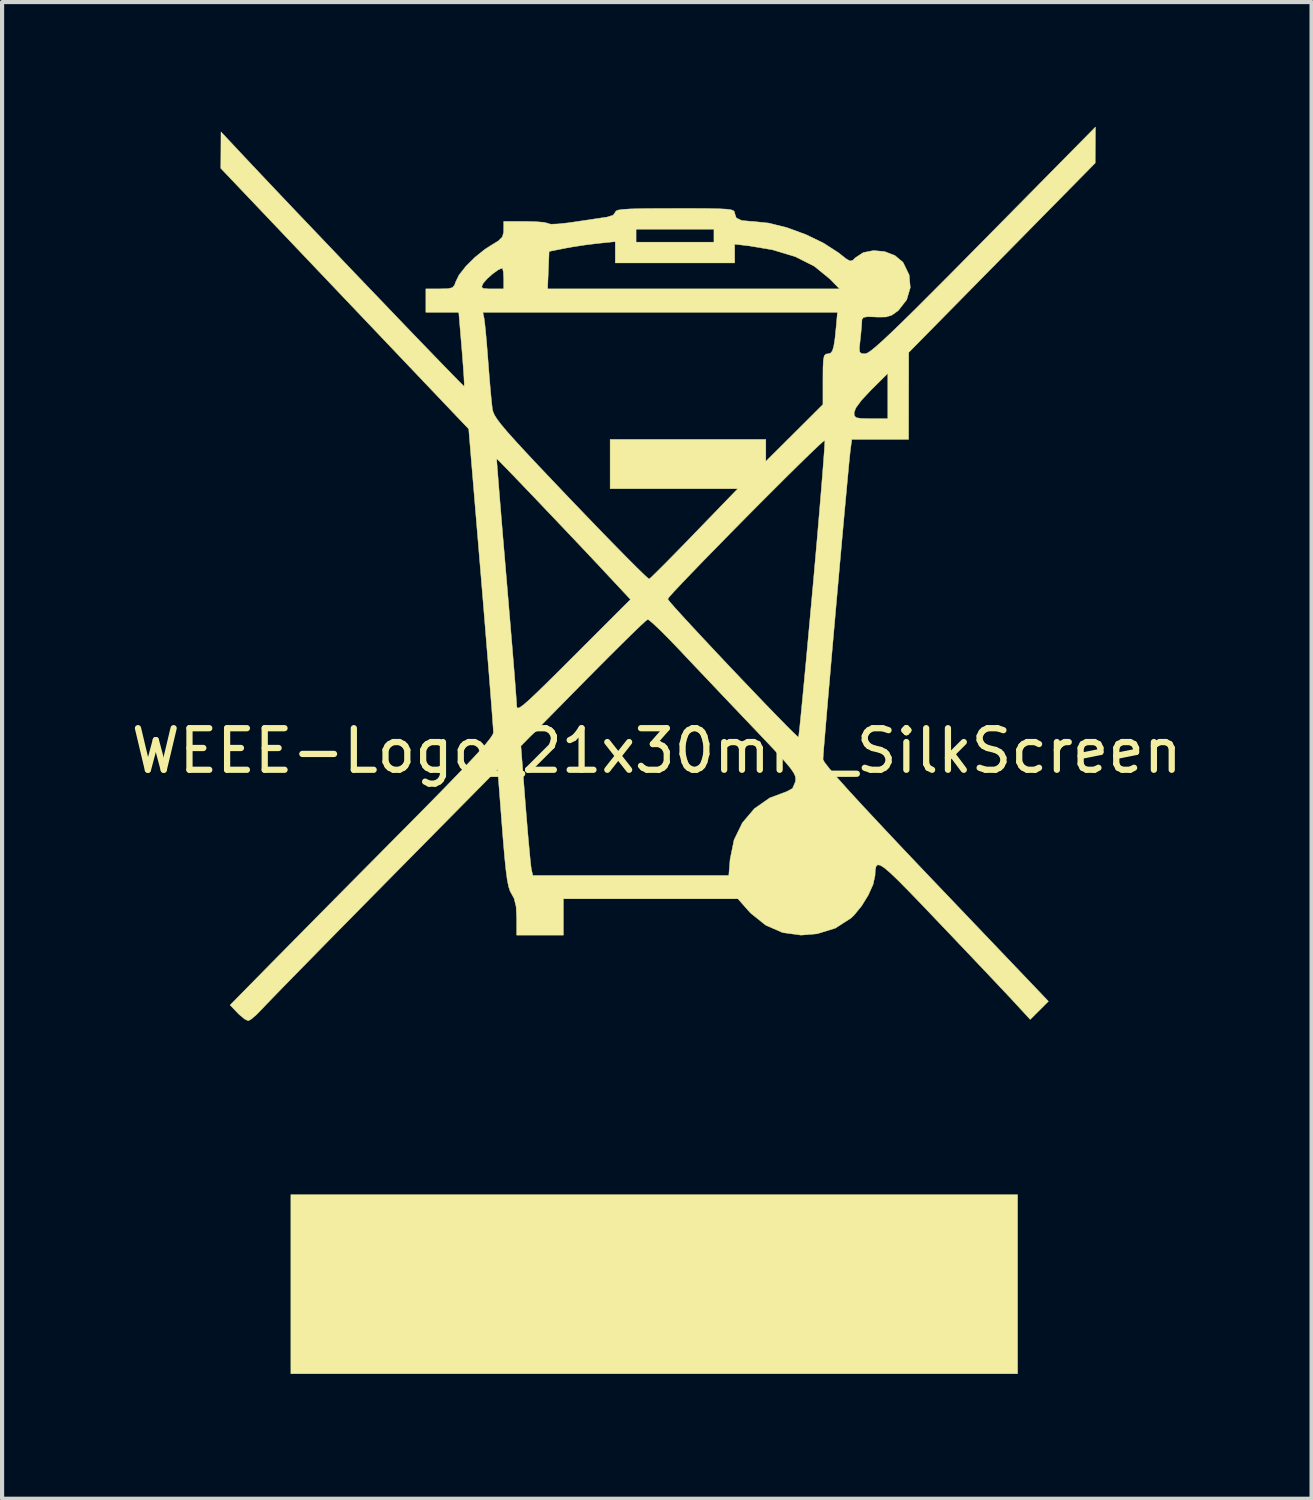
<source format=kicad_pcb>
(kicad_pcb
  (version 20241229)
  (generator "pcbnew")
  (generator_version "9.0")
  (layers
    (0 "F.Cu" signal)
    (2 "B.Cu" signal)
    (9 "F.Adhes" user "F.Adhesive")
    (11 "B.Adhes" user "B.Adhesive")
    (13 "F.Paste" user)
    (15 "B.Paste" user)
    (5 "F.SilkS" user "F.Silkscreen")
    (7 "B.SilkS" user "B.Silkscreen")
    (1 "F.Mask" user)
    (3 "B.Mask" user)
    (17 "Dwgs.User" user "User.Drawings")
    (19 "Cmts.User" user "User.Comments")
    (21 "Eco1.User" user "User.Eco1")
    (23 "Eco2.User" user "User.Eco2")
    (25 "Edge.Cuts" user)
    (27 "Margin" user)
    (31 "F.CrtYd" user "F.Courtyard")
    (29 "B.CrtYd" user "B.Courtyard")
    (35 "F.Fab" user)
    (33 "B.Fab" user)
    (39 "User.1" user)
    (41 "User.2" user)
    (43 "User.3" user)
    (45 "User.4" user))
  (footprint "WEEE-Logo_21x30mm_SilkScreen"
    (layer "F.Cu")
    (at 12.744 15.005)
    (property "Reference" "WEEE-Logo_21x30mm_SilkScreen" (at 0 0 0) (layer "F.SilkS") (effects (font (size 1 1) (thickness 0.15))))
    (attr exclude_from_pos_files exclude_from_bom allow_missing_courtyard)
    (fp_poly (pts (xy 8.675 14.978) (xy -8.8 14.978) (xy -8.8 10.672) (xy 8.675 10.672) (xy 8.675 14.978)) (stroke (width 0.01) (type solid)) (fill yes) (layer "F.SilkS"))
    (fp_poly (pts (xy 10.544 -14.568) (xy 10.541 -14.135) (xy 6.057 -9.58) (xy 6.055 -8.534) (xy 6.054 -7.489) (xy 4.688 -7.489) (xy 4.653 -7.224) (xy 4.64 -7.103) (xy 4.617 -6.875) (xy 4.587 -6.554) (xy 4.55 -6.154) (xy 4.507 -5.687) (xy 4.46 -5.168) (xy 4.41 -4.611) (xy 4.358 -4.028) (xy 4.305 -3.433) (xy 4.253 -2.84) (xy 4.202 -2.262) (xy 4.155 -1.714) (xy 4.111 -1.208) (xy 4.073 -0.759) (xy 4.041 -0.379) (xy 4.016 -0.082) (xy 4.001 0.117) (xy 3.996 0.206) (xy 3.996 0.207) (xy 4.034 0.278) (xy 4.149 0.426) (xy 4.342 0.651) (xy 4.615 0.956) (xy 4.969 1.341) (xy 5.407 1.81) (xy 5.928 2.364) (xy 6.536 3.004) (xy 6.707 3.183) (xy 9.416 6.022) (xy 9.197 6.241) (xy 8.978 6.459) (xy 8.623 6.074) (xy 8.494 5.934) (xy 8.291 5.719) (xy 8.029 5.441) (xy 7.721 5.116) (xy 7.38 4.757) (xy 7.02 4.378) (xy 6.804 4.152) (xy 6.4 3.728) (xy 6.072 3.388) (xy 5.815 3.127) (xy 5.618 2.938) (xy 5.473 2.814) (xy 5.373 2.75) (xy 5.309 2.74) (xy 5.272 2.777) (xy 5.254 2.855) (xy 5.248 2.968) (xy 5.247 2.999) (xy 5.2 3.211) (xy 5.085 3.468) (xy 4.924 3.729) (xy 4.741 3.953) (xy 4.668 4.022) (xy 4.292 4.264) (xy 3.853 4.399) (xy 3.465 4.431) (xy 3.025 4.37) (xy 2.619 4.193) (xy 2.259 3.905) (xy 2.193 3.833) (xy 1.95 3.557) (xy -2.247 3.557) (xy -2.247 4.431) (xy -3.37 4.431) (xy -3.37 4.023) (xy -3.384 3.744) (xy -3.431 3.551) (xy -3.489 3.446) (xy -3.53 3.37) (xy -3.565 3.261) (xy -3.597 3.102) (xy -3.627 2.876) (xy -3.659 2.569) (xy -3.694 2.162) (xy -3.718 1.86) (xy -3.827 0.443) (xy -6.519 3.17) (xy -7.006 3.664) (xy -7.473 4.138) (xy -7.913 4.585) (xy -8.315 4.995) (xy -8.673 5.36) (xy -8.977 5.671) (xy -9.219 5.92) (xy -9.39 6.097) (xy -9.481 6.194) (xy -9.632 6.348) (xy -9.758 6.455) (xy -9.826 6.49) (xy -9.912 6.449) (xy -10.038 6.344) (xy -10.08 6.302) (xy -10.261 6.113) (xy -9.265 5.1) (xy -9.011 4.843) (xy -8.683 4.511) (xy -8.296 4.119) (xy -7.865 3.683) (xy -7.403 3.216) (xy -6.924 2.733) (xy -6.445 2.249) (xy -6.1 1.902) (xy -5.577 1.373) (xy -5.137 0.925) (xy -4.776 0.552) (xy -4.487 0.248) (xy -4.264 0.007) (xy -4.154 -0.118) (xy -3.269 -0.118) (xy -3.159 1.298) (xy -3.125 1.713) (xy -3.093 2.093) (xy -3.063 2.417) (xy -3.039 2.667) (xy -3.021 2.821) (xy -3.015 2.855) (xy -2.982 2.996) (xy 1.73 2.996) (xy 1.762 2.604) (xy 1.857 2.141) (xy 2.056 1.731) (xy 2.345 1.39) (xy 2.714 1.132) (xy 3.128 0.977) (xy 3.262 0.904) (xy 3.329 0.749) (xy 3.331 0.742) (xy 3.339 0.676) (xy 3.329 0.608) (xy 3.291 0.527) (xy 3.216 0.419) (xy 3.094 0.272) (xy 2.914 0.073) (xy 2.668 -0.19) (xy 2.346 -0.529) (xy 2.325 -0.551) (xy 1.978 -0.915) (xy 1.609 -1.303) (xy 1.244 -1.688) (xy 0.907 -2.043) (xy 0.625 -2.342) (xy 0.562 -2.409) (xy 0.32 -2.661) (xy 0.106 -2.877) (xy -0.066 -3.041) (xy -0.181 -3.14) (xy -0.219 -3.161) (xy -0.277 -3.116) (xy -0.411 -2.992) (xy -0.611 -2.799) (xy -0.866 -2.548) (xy -1.167 -2.249) (xy -1.502 -1.912) (xy -1.776 -1.635) (xy -3.269 -0.118) (xy -4.154 -0.118) (xy -4.103 -0.177) (xy -3.998 -0.31) (xy -3.942 -0.398) (xy -3.93 -0.439) (xy -3.934 -0.528) (xy -3.949 -0.73) (xy -3.971 -1.033) (xy -4.002 -1.426) (xy -4.039 -1.896) (xy -4.083 -2.433) (xy -4.131 -3.024) (xy -4.183 -3.659) (xy -4.225 -4.166) (xy -4.464 -7.024) (xy -3.85 -7.024) (xy -3.848 -6.963) (xy -3.835 -6.789) (xy -3.814 -6.516) (xy -3.785 -6.155) (xy -3.749 -5.718) (xy -3.708 -5.219) (xy -3.661 -4.67) (xy -3.617 -4.148) (xy -3.567 -3.556) (xy -3.52 -2.997) (xy -3.477 -2.485) (xy -3.44 -2.033) (xy -3.41 -1.653) (xy -3.388 -1.36) (xy -3.374 -1.168) (xy -3.371 -1.093) (xy -3.365 -1.046) (xy -3.341 -1.028) (xy -3.292 -1.045) (xy -3.207 -1.106) (xy -3.078 -1.218) (xy -2.896 -1.389) (xy -2.652 -1.627) (xy -2.336 -1.939) (xy -2.002 -2.273) (xy -0.633 -3.641) (xy -0.643 -3.651) (xy 0.262 -3.651) (xy 0.303 -3.594) (xy 0.418 -3.461) (xy 0.596 -3.264) (xy 0.825 -3.015) (xy 1.094 -2.726) (xy 1.39 -2.409) (xy 1.703 -2.077) (xy 2.021 -1.742) (xy 2.332 -1.416) (xy 2.624 -1.111) (xy 2.887 -0.84) (xy 3.108 -0.614) (xy 3.276 -0.446) (xy 3.379 -0.348) (xy 3.407 -0.328) (xy 3.416 -0.393) (xy 3.436 -0.57) (xy 3.464 -0.85) (xy 3.5 -1.22) (xy 3.543 -1.671) (xy 3.592 -2.19) (xy 3.645 -2.767) (xy 3.702 -3.39) (xy 3.748 -3.893) (xy 3.806 -4.545) (xy 3.86 -5.159) (xy 3.908 -5.724) (xy 3.95 -6.229) (xy 3.985 -6.663) (xy 4.012 -7.015) (xy 4.031 -7.273) (xy 4.039 -7.426) (xy 4.038 -7.466) (xy 3.989 -7.431) (xy 3.864 -7.316) (xy 3.674 -7.135) (xy 3.43 -6.897) (xy 3.142 -6.613) (xy 2.823 -6.295) (xy 2.482 -5.954) (xy 2.131 -5.6) (xy 1.781 -5.245) (xy 1.442 -4.899) (xy 1.125 -4.575) (xy 0.842 -4.282) (xy 0.603 -4.032) (xy 0.419 -3.837) (xy 0.302 -3.706) (xy 0.262 -3.651) (xy -0.643 -3.651) (xy -1.144 -4.187) (xy -1.403 -4.465) (xy -1.695 -4.775) (xy -2.007 -5.105) (xy -2.328 -5.443) (xy -2.646 -5.777) (xy -2.949 -6.096) (xy -3.227 -6.386) (xy -3.467 -6.636) (xy -3.658 -6.833) (xy -3.789 -6.967) (xy -3.848 -7.023) (xy -3.85 -7.024) (xy -4.464 -7.024) (xy -4.523 -7.739) (xy -7.504 -10.873) (xy -10.485 -14.008) (xy -10.482 -14.446) (xy -10.48 -14.884) (xy -9.999 -14.37) (xy -9.729 -14.083) (xy -9.411 -13.746) (xy -9.053 -13.368) (xy -8.663 -12.957) (xy -8.25 -12.524) (xy -7.823 -12.076) (xy -7.391 -11.622) (xy -6.961 -11.173) (xy -6.542 -10.736) (xy -6.144 -10.32) (xy -5.774 -9.935) (xy -5.441 -9.59) (xy -5.154 -9.293) (xy -4.922 -9.054) (xy -4.752 -8.881) (xy -4.654 -8.783) (xy -4.633 -8.764) (xy -4.631 -8.829) (xy -4.639 -8.996) (xy -4.656 -9.242) (xy -4.679 -9.544) (xy -4.689 -9.665) (xy -4.763 -10.547) (xy -4.184 -10.547) (xy -4.154 -10.407) (xy -4.139 -10.295) (xy -4.117 -10.087) (xy -4.092 -9.806) (xy -4.066 -9.481) (xy -4.057 -9.361) (xy -4.03 -9.016) (xy -4.003 -8.695) (xy -3.978 -8.43) (xy -3.958 -8.249) (xy -3.954 -8.216) (xy -3.937 -8.149) (xy -3.902 -8.071) (xy -3.839 -7.972) (xy -3.741 -7.843) (xy -3.602 -7.677) (xy -3.412 -7.465) (xy -3.165 -7.196) (xy -2.853 -6.863) (xy -2.468 -6.457) (xy -2.076 -6.045) (xy -1.685 -5.638) (xy -1.321 -5.26) (xy -0.991 -4.922) (xy -0.706 -4.632) (xy -0.474 -4.4) (xy -0.304 -4.235) (xy -0.205 -4.145) (xy -0.184 -4.132) (xy -0.129 -4.18) (xy 0.000145 -4.306) (xy 0.191 -4.496) (xy 0.43 -4.739) (xy 0.706 -5.021) (xy 0.905 -5.227) (xy 1.946 -6.303) (xy -1.123 -6.303) (xy -1.123 -7.489) (xy 2.621 -7.489) (xy 2.621 -6.961) (xy 3.308 -7.645) (xy 3.795 -8.13) (xy 4.743 -8.13) (xy 4.752 -8.054) (xy 4.798 -8.011) (xy 4.909 -7.993) (xy 5.113 -7.988) (xy 5.149 -7.988) (xy 5.554 -7.988) (xy 5.554 -9.077) (xy 5.149 -8.675) (xy 4.92 -8.43) (xy 4.783 -8.243) (xy 4.743 -8.13) (xy 3.795 -8.13) (xy 3.994 -8.329) (xy 3.994 -8.939) (xy 3.996 -9.219) (xy 4.005 -9.398) (xy 4.025 -9.497) (xy 4.061 -9.539) (xy 4.115 -9.548) (xy 4.175 -9.562) (xy 4.22 -9.614) (xy 4.254 -9.726) (xy 4.284 -9.917) (xy 4.313 -10.207) (xy 4.323 -10.313) (xy 4.343 -10.547) (xy -4.184 -10.547) (xy -4.763 -10.547) (xy -5.554 -10.547) (xy -5.554 -11.109) (xy -5.218 -11.109) (xy -5.021 -11.114) (xy -4.914 -11.14) (xy -4.901 -11.155) (xy -4.212 -11.155) (xy -4.176 -11.12) (xy -4.05 -11.109) (xy -3.965 -11.109) (xy -3.682 -11.109) (xy -2.627 -11.109) (xy 4.394 -11.109) (xy 4.156 -11.352) (xy 3.788 -11.652) (xy 3.331 -11.883) (xy 2.779 -12.049) (xy 2.231 -12.141) (xy 1.872 -12.184) (xy 1.872 -11.733) (xy -0.999 -11.733) (xy -0.999 -12.245) (xy -1.42 -12.202) (xy -1.714 -12.166) (xy -2.028 -12.118) (xy -2.215 -12.084) (xy -2.59 -12.009) (xy -2.608 -11.559) (xy -2.627 -11.109) (xy -3.682 -11.109) (xy -3.682 -11.358) (xy -3.69 -11.515) (xy -3.711 -11.602) (xy -3.719 -11.608) (xy -3.812 -11.568) (xy -3.947 -11.471) (xy -4.082 -11.351) (xy -4.175 -11.243) (xy -4.184 -11.229) (xy -4.212 -11.155) (xy -4.901 -11.155) (xy -4.862 -11.201) (xy -4.841 -11.268) (xy -4.756 -11.442) (xy -4.592 -11.651) (xy -4.377 -11.865) (xy -4.14 -12.056) (xy -3.985 -12.156) (xy -3.807 -12.265) (xy -3.716 -12.356) (xy -3.685 -12.464) (xy -3.682 -12.528) (xy -3.682 -12.544) (xy -0.499 -12.544) (xy -0.499 -12.232) (xy 1.373 -12.232) (xy 1.373 -12.544) (xy -0.499 -12.544) (xy -3.682 -12.544) (xy -3.682 -12.731) (xy -3.157 -12.731) (xy -2.915 -12.725) (xy -2.727 -12.71) (xy -2.622 -12.687) (xy -2.611 -12.678) (xy -2.544 -12.664) (xy -2.383 -12.67) (xy -2.154 -12.694) (xy -1.997 -12.716) (xy -1.713 -12.758) (xy -1.454 -12.797) (xy -1.259 -12.826) (xy -1.201 -12.834) (xy -1.052 -12.88) (xy -0.999 -12.952) (xy -0.982 -12.982) (xy -0.924 -13.005) (xy -0.81 -13.021) (xy -0.627 -13.032) (xy -0.359 -13.039) (xy 0.007 -13.042) (xy 0.437 -13.043) (xy 0.896 -13.043) (xy 1.245 -13.041) (xy 1.5 -13.035) (xy 1.674 -13.026) (xy 1.784 -13.011) (xy 1.843 -12.989) (xy 1.868 -12.96) (xy 1.872 -12.925) (xy 1.91 -12.816) (xy 2.035 -12.754) (xy 2.263 -12.732) (xy 2.304 -12.731) (xy 2.69 -12.691) (xy 3.128 -12.582) (xy 3.579 -12.417) (xy 4.003 -12.213) (xy 4.361 -11.982) (xy 4.408 -11.946) (xy 4.559 -11.827) (xy 4.648 -11.78) (xy 4.711 -11.795) (xy 4.775 -11.858) (xy 4.965 -11.983) (xy 5.211 -12.03) (xy 5.477 -12.006) (xy 5.723 -11.912) (xy 5.912 -11.755) (xy 5.926 -11.736) (xy 6.068 -11.442) (xy 6.094 -11.138) (xy 6.008 -10.847) (xy 5.813 -10.596) (xy 5.789 -10.575) (xy 5.65 -10.476) (xy 5.51 -10.433) (xy 5.312 -10.43) (xy 5.262 -10.433) (xy 5.069 -10.44) (xy 4.969 -10.423) (xy 4.933 -10.374) (xy 4.93 -10.329) (xy 4.922 -10.196) (xy 4.903 -9.996) (xy 4.89 -9.876) (xy 4.87 -9.686) (xy 4.878 -9.589) (xy 4.926 -9.553) (xy 5.01 -9.548) (xy 5.059 -9.564) (xy 5.14 -9.616) (xy 5.257 -9.71) (xy 5.416 -9.851) (xy 5.624 -10.045) (xy 5.886 -10.298) (xy 6.209 -10.615) (xy 6.597 -11.003) (xy 7.059 -11.466) (xy 7.598 -12.011) (xy 7.858 -12.274) (xy 10.547 -15) (xy 10.544 -14.568)) (stroke (width 0.01) (type solid)) (fill yes) (layer "F.SilkS")))
  (gr_rect
    (start -3 -3)
    (end 28.488 32.988)
    (stroke (width 0.1) (type default))
    (fill no)
    (layer "Edge.Cuts")))
</source>
